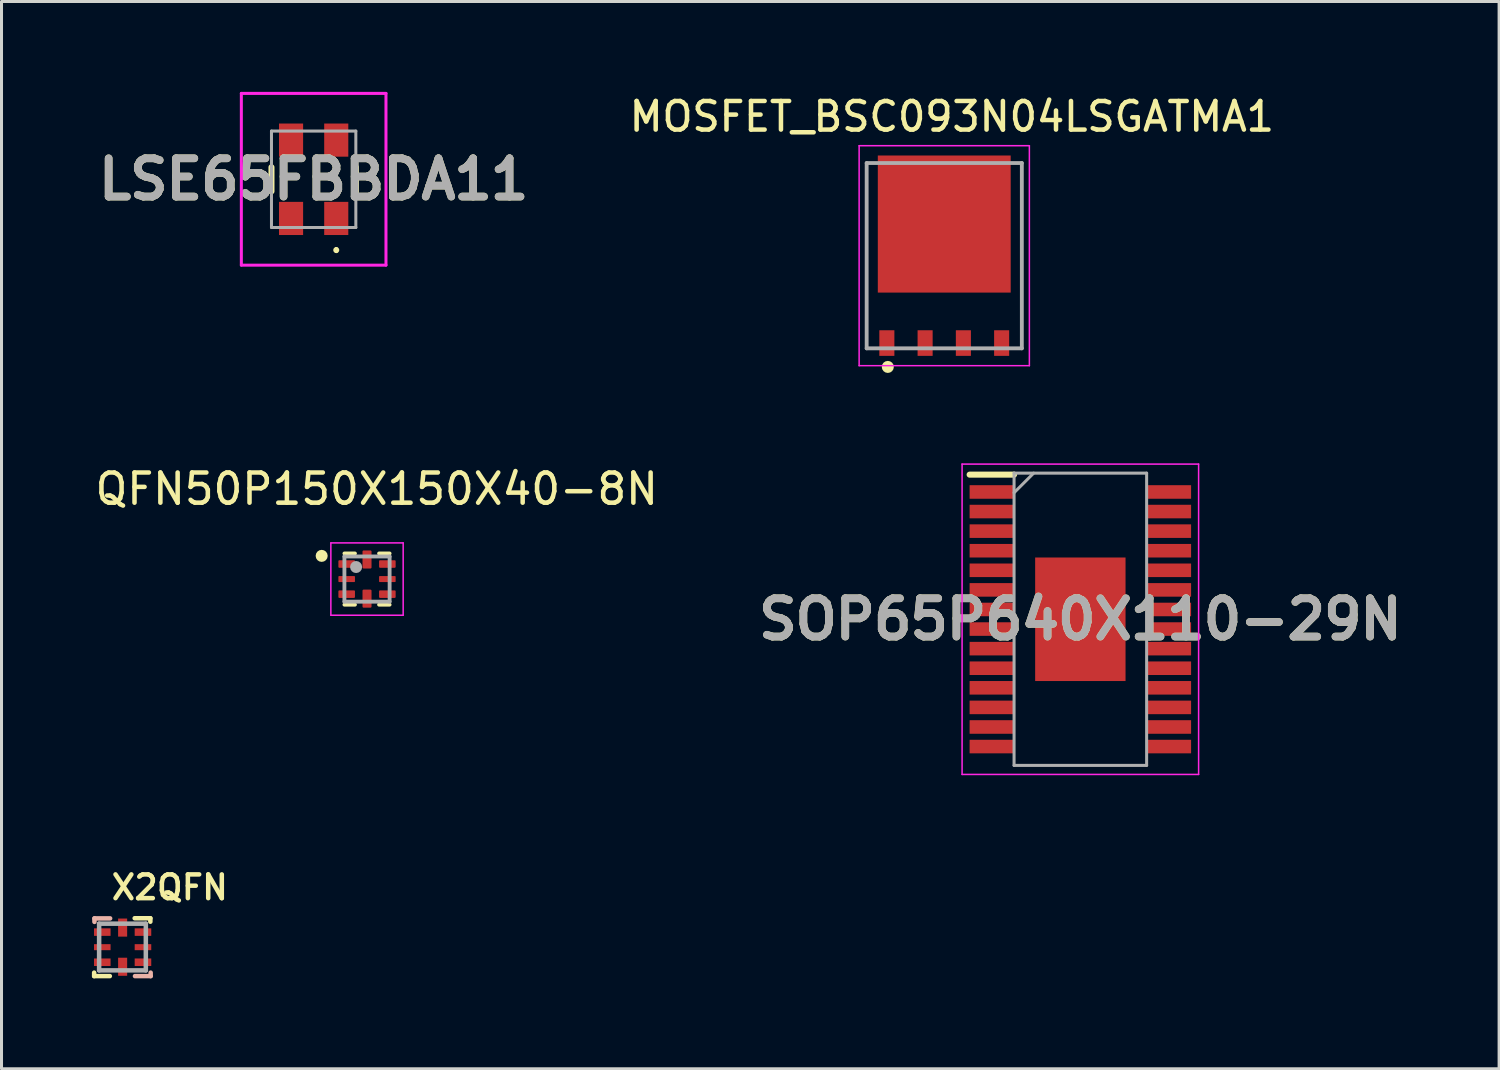
<source format=kicad_pcb>
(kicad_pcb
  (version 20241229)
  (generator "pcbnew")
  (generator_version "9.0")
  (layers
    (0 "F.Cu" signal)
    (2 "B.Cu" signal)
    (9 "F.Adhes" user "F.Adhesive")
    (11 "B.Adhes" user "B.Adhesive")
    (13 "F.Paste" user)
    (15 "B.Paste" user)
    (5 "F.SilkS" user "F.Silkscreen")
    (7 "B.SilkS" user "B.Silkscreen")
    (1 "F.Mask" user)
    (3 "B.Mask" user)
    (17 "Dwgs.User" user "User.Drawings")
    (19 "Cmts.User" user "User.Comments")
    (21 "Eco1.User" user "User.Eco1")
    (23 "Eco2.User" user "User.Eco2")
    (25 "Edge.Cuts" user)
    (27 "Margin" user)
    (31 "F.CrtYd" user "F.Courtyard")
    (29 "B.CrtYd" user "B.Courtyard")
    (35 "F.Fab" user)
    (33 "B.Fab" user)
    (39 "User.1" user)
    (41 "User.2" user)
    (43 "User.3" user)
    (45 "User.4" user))
  (footprint "QFN50P150X150X40-8N"
    (layer "F.Cu")
    (at 9.131 16.169)
    (property "Reference" "QFN50P150X150X40-8N" (at 0.323 -2.991 0) (layer "F.SilkS") (effects (font (size 1.002 1.002) (thickness 0.15))))
    (attr smd)
    (fp_line (start -0.75 -0.85) (end -0.4 -0.85) (stroke (width 0.127) (type solid)) (layer "F.SilkS"))
    (fp_line (start -0.75 0.85) (end -0.4 0.85) (stroke (width 0.127) (type solid)) (layer "F.SilkS"))
    (fp_line (start 0.75 -0.85) (end 0.4 -0.85) (stroke (width 0.127) (type solid)) (layer "F.SilkS"))
    (fp_line (start 0.75 0.85) (end 0.4 0.85) (stroke (width 0.127) (type solid)) (layer "F.SilkS"))
    (fp_circle (center -1.505 -0.77) (end -1.405 -0.77) (stroke (width 0.2) (type solid)) (fill no) (layer "F.SilkS"))
    (fp_line (start -1.2 -1.2) (end 1.2 -1.2) (stroke (width 0.05) (type solid)) (layer "F.CrtYd"))
    (fp_line (start -1.2 1.2) (end -1.2 -1.2) (stroke (width 0.05) (type solid)) (layer "F.CrtYd"))
    (fp_line (start -1.2 1.2) (end 1.2 1.2) (stroke (width 0.05) (type solid)) (layer "F.CrtYd"))
    (fp_line (start 1.2 1.2) (end 1.2 -1.2) (stroke (width 0.05) (type solid)) (layer "F.CrtYd"))
    (fp_line (start -0.75 0.75) (end -0.75 -0.75) (stroke (width 0.127) (type solid)) (layer "F.Fab"))
    (fp_line (start 0.75 -0.75) (end -0.75 -0.75) (stroke (width 0.127) (type solid)) (layer "F.Fab"))
    (fp_line (start 0.75 0.75) (end -0.75 0.75) (stroke (width 0.127) (type solid)) (layer "F.Fab"))
    (fp_line (start 0.75 0.75) (end 0.75 -0.75) (stroke (width 0.127) (type solid)) (layer "F.Fab"))
    (fp_circle (center -0.362 -0.4) (end -0.262 -0.4) (stroke (width 0.2) (type solid)) (fill no) (layer "F.Fab"))
    (pad "1" smd roundrect (at -0.675 -0.5) (size 0.55 0.25) (layers "F.Cu" "F.Mask" "F.Paste") (roundrect_rratio 0.125))
    (pad "2" smd roundrect (at -0.675 0) (size 0.55 0.2) (layers "F.Cu" "F.Mask" "F.Paste") (roundrect_rratio 0.125))
    (pad "3" smd roundrect (at -0.675 0.5) (size 0.55 0.25) (layers "F.Cu" "F.Mask" "F.Paste") (roundrect_rratio 0.125))
    (pad "4" smd roundrect (at 0 0.65) (size 0.3 0.6) (layers "F.Cu" "F.Mask" "F.Paste") (roundrect_rratio 0.125))
    (pad "5" smd roundrect (at 0.675 0.5) (size 0.55 0.25) (layers "F.Cu" "F.Mask" "F.Paste") (roundrect_rratio 0.125))
    (pad "6" smd roundrect (at 0.675 0) (size 0.55 0.2) (layers "F.Cu" "F.Mask" "F.Paste") (roundrect_rratio 0.125))
    (pad "7" smd roundrect (at 0.675 -0.5) (size 0.55 0.25) (layers "F.Cu" "F.Mask" "F.Paste") (roundrect_rratio 0.125))
    (pad "8" smd roundrect (at 0 -0.65) (size 0.3 0.6) (layers "F.Cu" "F.Mask" "F.Paste") (roundrect_rratio 0.125)))
  (footprint "SOP65P640X110-29N"
    (layer "F.Cu")
    (at 32.806 17.503)
    (property "Reference" "SOP65P640X110-29N" (at 0 0 0) (layer "F.SilkS") (effects (font (size 1.27 1.27) (thickness 0.254))))
    (attr smd)
    (fp_line (start -3.675 -4.8) (end -2.2 -4.8) (stroke (width 0.2) (type solid)) (layer "F.SilkS"))
    (fp_line (start -3.925 -5.15) (end 3.925 -5.15) (stroke (width 0.05) (type solid)) (layer "F.CrtYd"))
    (fp_line (start -3.925 5.15) (end -3.925 -5.15) (stroke (width 0.05) (type solid)) (layer "F.CrtYd"))
    (fp_line (start 3.925 -5.15) (end 3.925 5.15) (stroke (width 0.05) (type solid)) (layer "F.CrtYd"))
    (fp_line (start 3.925 5.15) (end -3.925 5.15) (stroke (width 0.05) (type solid)) (layer "F.CrtYd"))
    (fp_line (start -2.2 -4.85) (end 2.2 -4.85) (stroke (width 0.1) (type solid)) (layer "F.Fab"))
    (fp_line (start -2.2 -4.2) (end -1.55 -4.85) (stroke (width 0.1) (type solid)) (layer "F.Fab"))
    (fp_line (start -2.2 4.85) (end -2.2 -4.85) (stroke (width 0.1) (type solid)) (layer "F.Fab"))
    (fp_line (start 2.2 -4.85) (end 2.2 4.85) (stroke (width 0.1) (type solid)) (layer "F.Fab"))
    (fp_line (start 2.2 4.85) (end -2.2 4.85) (stroke (width 0.1) (type solid)) (layer "F.Fab"))
    (fp_text user "${REFERENCE}" (at 0 0 0) (layer "F.Fab") (effects (font (size 1.27 1.27) (thickness 0.254))))
    (pad "1" smd rect (at -2.938 -4.225 90) (size 0.45 1.475) (layers "F.Cu" "F.Mask" "F.Paste"))
    (pad "2" smd rect (at -2.938 -3.575 90) (size 0.45 1.475) (layers "F.Cu" "F.Mask" "F.Paste"))
    (pad "3" smd rect (at -2.938 -2.925 90) (size 0.45 1.475) (layers "F.Cu" "F.Mask" "F.Paste"))
    (pad "4" smd rect (at -2.938 -2.275 90) (size 0.45 1.475) (layers "F.Cu" "F.Mask" "F.Paste"))
    (pad "5" smd rect (at -2.938 -1.625 90) (size 0.45 1.475) (layers "F.Cu" "F.Mask" "F.Paste"))
    (pad "6" smd rect (at -2.938 -0.975 90) (size 0.45 1.475) (layers "F.Cu" "F.Mask" "F.Paste"))
    (pad "7" smd rect (at -2.938 -0.325 90) (size 0.45 1.475) (layers "F.Cu" "F.Mask" "F.Paste"))
    (pad "8" smd rect (at -2.938 0.325 90) (size 0.45 1.475) (layers "F.Cu" "F.Mask" "F.Paste"))
    (pad "9" smd rect (at -2.938 0.975 90) (size 0.45 1.475) (layers "F.Cu" "F.Mask" "F.Paste"))
    (pad "10" smd rect (at -2.938 1.625 90) (size 0.45 1.475) (layers "F.Cu" "F.Mask" "F.Paste"))
    (pad "11" smd rect (at -2.938 2.275 90) (size 0.45 1.475) (layers "F.Cu" "F.Mask" "F.Paste"))
    (pad "12" smd rect (at -2.938 2.925 90) (size 0.45 1.475) (layers "F.Cu" "F.Mask" "F.Paste"))
    (pad "13" smd rect (at -2.938 3.575 90) (size 0.45 1.475) (layers "F.Cu" "F.Mask" "F.Paste"))
    (pad "14" smd rect (at -2.938 4.225 90) (size 0.45 1.475) (layers "F.Cu" "F.Mask" "F.Paste"))
    (pad "15" smd rect (at 2.938 4.225 90) (size 0.45 1.475) (layers "F.Cu" "F.Mask" "F.Paste"))
    (pad "16" smd rect (at 2.938 3.575 90) (size 0.45 1.475) (layers "F.Cu" "F.Mask" "F.Paste"))
    (pad "17" smd rect (at 2.938 2.925 90) (size 0.45 1.475) (layers "F.Cu" "F.Mask" "F.Paste"))
    (pad "18" smd rect (at 2.938 2.275 90) (size 0.45 1.475) (layers "F.Cu" "F.Mask" "F.Paste"))
    (pad "19" smd rect (at 2.938 1.625 90) (size 0.45 1.475) (layers "F.Cu" "F.Mask" "F.Paste"))
    (pad "20" smd rect (at 2.938 0.975 90) (size 0.45 1.475) (layers "F.Cu" "F.Mask" "F.Paste"))
    (pad "21" smd rect (at 2.938 0.325 90) (size 0.45 1.475) (layers "F.Cu" "F.Mask" "F.Paste"))
    (pad "22" smd rect (at 2.938 -0.325 90) (size 0.45 1.475) (layers "F.Cu" "F.Mask" "F.Paste"))
    (pad "23" smd rect (at 2.938 -0.975 90) (size 0.45 1.475) (layers "F.Cu" "F.Mask" "F.Paste"))
    (pad "24" smd rect (at 2.938 -1.625 90) (size 0.45 1.475) (layers "F.Cu" "F.Mask" "F.Paste"))
    (pad "25" smd rect (at 2.938 -2.275 90) (size 0.45 1.475) (layers "F.Cu" "F.Mask" "F.Paste"))
    (pad "26" smd rect (at 2.938 -2.925 90) (size 0.45 1.475) (layers "F.Cu" "F.Mask" "F.Paste"))
    (pad "27" smd rect (at 2.938 -3.575 90) (size 0.45 1.475) (layers "F.Cu" "F.Mask" "F.Paste"))
    (pad "28" smd rect (at 2.938 -4.225 90) (size 0.45 1.475) (layers "F.Cu" "F.Mask" "F.Paste"))
    (pad "29" smd rect (at 0 0) (size 3 4.1) (layers "F.Cu" "F.Mask" "F.Paste")))
  (footprint "MOSFET_BSC093N04LSGATMA1"
    (layer "F.Cu")
    (at 28.289 5.436)
    (property "Reference" "MOSFET_BSC093N04LSGATMA1" (at 0.252 -4.617 0) (layer "F.SilkS") (effects (font (size 0.949 0.949) (thickness 0.15))))
    (attr smd)
    (fp_circle (center -1.873 3.692) (end -1.773 3.692) (stroke (width 0.2) (type solid)) (fill no) (layer "F.SilkS"))
    (fp_poly (pts (xy -2.158 -3.28) (xy -1.655 -3.28) (xy -1.655 -2.534) (xy -2.158 -2.534)) (stroke (width 0.01) (type solid)) (fill yes) (layer "F.Paste"))
    (fp_poly (pts (xy -2.108 2.53) (xy -1.705 2.53) (xy -1.705 3.285) (xy -2.108 3.285)) (stroke (width 0.01) (type solid)) (fill yes) (layer "F.Paste"))
    (fp_poly (pts (xy -1.602 -2.35) (xy -0.1 -2.35) (xy -0.1 -0.851) (xy -1.602 -0.851)) (stroke (width 0.01) (type solid)) (fill yes) (layer "F.Paste"))
    (fp_poly (pts (xy -1.601 -0.65) (xy -0.1 -0.65) (xy -0.1 0.851) (xy -1.601 0.851)) (stroke (width 0.01) (type solid)) (fill yes) (layer "F.Paste"))
    (fp_poly (pts (xy -0.886 -3.28) (xy -0.385 -3.28) (xy -0.385 -2.533) (xy -0.886 -2.533)) (stroke (width 0.01) (type solid)) (fill yes) (layer "F.Paste"))
    (fp_poly (pts (xy -0.837 2.53) (xy -0.435 2.53) (xy -0.435 3.288) (xy -0.837 3.288)) (stroke (width 0.01) (type solid)) (fill yes) (layer "F.Paste"))
    (fp_poly (pts (xy 0.1 -2.35) (xy 1.6 -2.35) (xy 1.6 -0.851) (xy 0.1 -0.851)) (stroke (width 0.01) (type solid)) (fill yes) (layer "F.Paste"))
    (fp_poly (pts (xy 0.1 -0.65) (xy 1.6 -0.65) (xy 1.6 0.852) (xy 0.1 0.852)) (stroke (width 0.01) (type solid)) (fill yes) (layer "F.Paste"))
    (fp_poly (pts (xy 0.385 -3.28) (xy 0.885 -3.28) (xy 0.885 -2.533) (xy 0.385 -2.533)) (stroke (width 0.01) (type solid)) (fill yes) (layer "F.Paste"))
    (fp_poly (pts (xy 0.436 2.53) (xy 0.835 2.53) (xy 0.835 3.285) (xy 0.436 3.285)) (stroke (width 0.01) (type solid)) (fill yes) (layer "F.Paste"))
    (fp_poly (pts (xy 1.658 -3.28) (xy 2.155 -3.28) (xy 2.155 -2.534) (xy 1.658 -2.534)) (stroke (width 0.01) (type solid)) (fill yes) (layer "F.Paste"))
    (fp_poly (pts (xy 1.708 2.53) (xy 2.105 2.53) (xy 2.105 3.285) (xy 1.708 3.285)) (stroke (width 0.01) (type solid)) (fill yes) (layer "F.Paste"))
    (fp_line (start -2.825 -3.65) (end 2.825 -3.65) (stroke (width 0.05) (type solid)) (layer "F.CrtYd"))
    (fp_line (start -2.825 3.65) (end -2.825 -3.65) (stroke (width 0.05) (type solid)) (layer "F.CrtYd"))
    (fp_line (start 2.825 -3.65) (end 2.825 3.65) (stroke (width 0.05) (type solid)) (layer "F.CrtYd"))
    (fp_line (start 2.825 3.65) (end -2.825 3.65) (stroke (width 0.05) (type solid)) (layer "F.CrtYd"))
    (fp_line (start -2.575 -3.075) (end 2.575 -3.075) (stroke (width 0.127) (type solid)) (layer "F.Fab"))
    (fp_line (start -2.575 3.075) (end -2.575 -3.075) (stroke (width 0.127) (type solid)) (layer "F.Fab"))
    (fp_line (start 2.575 -3.075) (end 2.575 3.075) (stroke (width 0.127) (type solid)) (layer "F.Fab"))
    (fp_line (start 2.575 3.075) (end -2.575 3.075) (stroke (width 0.127) (type solid)) (layer "F.Fab"))
    (pad "1" smd rect (at -1.905 2.9) (size 0.5 0.85) (layers "F.Cu" "F.Mask"))
    (pad "2" smd rect (at -0.635 2.9) (size 0.5 0.85) (layers "F.Cu" "F.Mask"))
    (pad "3" smd rect (at 0.635 2.9) (size 0.5 0.85) (layers "F.Cu" "F.Mask"))
    (pad "4" smd rect (at 1.905 2.9) (size 0.5 0.85) (layers "F.Cu" "F.Mask"))
    (pad "5" smd rect (at 0 -1.05) (size 4.41 4.55) (layers "F.Cu" "F.Mask")))
  (footprint "X2QFN"
    (layer "F.Cu")
    (at 1.02 28.386)
    (property "Reference" "X2QFN" (at 1.565 -1.984 0) (layer "F.SilkS") (effects (font (size 0.788 0.788) (thickness 0.15))))
    (attr smd)
    (fp_line (start -0.945 0.845) (end -0.945 0.96) (stroke (width 0.15) (type solid)) (layer "F.SilkS"))
    (fp_line (start -0.945 0.96) (end -0.425 0.96) (stroke (width 0.15) (type solid)) (layer "F.SilkS"))
    (fp_line (start 0.92 -0.96) (end 0.4 -0.96) (stroke (width 0.15) (type solid)) (layer "F.SilkS"))
    (fp_line (start 0.92 -0.845) (end 0.92 -0.96) (stroke (width 0.15) (type solid)) (layer "F.SilkS"))
    (fp_line (start -0.935 -0.955) (end -0.415 -0.955) (stroke (width 0.15) (type solid)) (layer "B.SilkS"))
    (fp_line (start -0.935 -0.84) (end -0.935 -0.955) (stroke (width 0.15) (type solid)) (layer "B.SilkS"))
    (fp_line (start 0.93 0.845) (end 0.93 0.96) (stroke (width 0.15) (type solid)) (layer "B.SilkS"))
    (fp_line (start 0.93 0.96) (end 0.41 0.96) (stroke (width 0.15) (type solid)) (layer "B.SilkS"))
    (fp_line (start -0.78 -0.78) (end -0.78 0.77) (stroke (width 0.15) (type solid)) (layer "F.Fab"))
    (fp_line (start -0.78 0.77) (end 0.77 0.77) (stroke (width 0.15) (type solid)) (layer "F.Fab"))
    (fp_line (start 0.77 -0.78) (end -0.78 -0.78) (stroke (width 0.15) (type solid)) (layer "F.Fab"))
    (fp_line (start 0.77 0.77) (end 0.77 -0.78) (stroke (width 0.15) (type solid)) (layer "F.Fab"))
    (pad "P$1" smd rect (at -0.675 -0.5) (size 0.55 0.25) (layers "F.Cu" "F.Mask" "F.Paste"))
    (pad "P$2" smd rect (at -0.675 0) (size 0.55 0.2) (layers "F.Cu" "F.Mask" "F.Paste"))
    (pad "P$3" smd rect (at -0.675 0.5) (size 0.55 0.25) (layers "F.Cu" "F.Mask" "F.Paste"))
    (pad "P$4" smd rect (at 0 0.65) (size 0.3 0.6) (layers "F.Cu" "F.Mask" "F.Paste"))
    (pad "P$5" smd rect (at 0.675 0.5) (size 0.55 0.25) (layers "F.Cu" "F.Mask" "F.Paste"))
    (pad "P$6" smd rect (at 0.675 0) (size 0.55 0.2) (layers "F.Cu" "F.Mask" "F.Paste"))
    (pad "P$7" smd rect (at 0.675 -0.5) (size 0.55 0.25) (layers "F.Cu" "F.Mask" "F.Paste"))
    (pad "P$8" smd rect (at 0 -0.65) (size 0.3 0.6) (layers "F.Cu" "F.Mask" "F.Paste")))
  (footprint "LSE65FBBDA11"
    (layer "F.Cu")
    (at 7.36 2.9)
    (property "Reference" "LSE65FBBDA11" (at 0 0 0) (layer "F.SilkS") (effects (font (size 1.27 1.27) (thickness 0.254))))
    (attr smd)
    (fp_line (start -1.4 -0.4) (end -1.4 0.4) (stroke (width 0.2) (type solid)) (layer "F.SilkS"))
    (fp_line (start 0.75 2.3) (end 0.75 2.3) (stroke (width 0.1) (type solid)) (layer "F.SilkS"))
    (fp_line (start 0.75 2.4) (end 0.75 2.4) (stroke (width 0.1) (type solid)) (layer "F.SilkS"))
    (fp_line (start 1.4 -0.4) (end 1.4 0.4) (stroke (width 0.2) (type solid)) (layer "F.SilkS"))
    (fp_arc (start 0.75 2.3) (mid 0.8 2.35) (end 0.75 2.4) (stroke (width 0.1) (type solid)) (layer "F.SilkS"))
    (fp_arc (start 0.75 2.4) (mid 0.7 2.35) (end 0.75 2.3) (stroke (width 0.1) (type solid)) (layer "F.SilkS"))
    (fp_line (start -2.4 -2.85) (end -2.4 2.85) (stroke (width 0.1) (type solid)) (layer "F.CrtYd"))
    (fp_line (start -2.4 2.85) (end 2.4 2.85) (stroke (width 0.1) (type solid)) (layer "F.CrtYd"))
    (fp_line (start 2.4 -2.85) (end -2.4 -2.85) (stroke (width 0.1) (type solid)) (layer "F.CrtYd"))
    (fp_line (start 2.4 2.85) (end 2.4 -2.85) (stroke (width 0.1) (type solid)) (layer "F.CrtYd"))
    (fp_line (start -1.4 -1.6) (end -1.4 1.6) (stroke (width 0.1) (type solid)) (layer "F.Fab"))
    (fp_line (start -1.4 1.6) (end 1.4 1.6) (stroke (width 0.1) (type solid)) (layer "F.Fab"))
    (fp_line (start 1.4 -1.6) (end -1.4 -1.6) (stroke (width 0.1) (type solid)) (layer "F.Fab"))
    (fp_line (start 1.4 1.6) (end 1.4 -1.6) (stroke (width 0.1) (type solid)) (layer "F.Fab"))
    (fp_text user "${REFERENCE}" (at 0 0 0) (layer "F.Fab") (effects (font (size 1.27 1.27) (thickness 0.254))))
    (pad "1" smd rect (at 0.75 1.3) (size 0.8 1.1) (layers "F.Cu" "F.Mask" "F.Paste"))
    (pad "2" smd rect (at 0.75 -1.3) (size 0.8 1.1) (layers "F.Cu" "F.Mask" "F.Paste"))
    (pad "3" smd rect (at -0.75 1.3) (size 0.8 1.1) (layers "F.Cu" "F.Mask" "F.Paste"))
    (pad "4" smd rect (at -0.75 -1.3) (size 0.8 1.1) (layers "F.Cu" "F.Mask" "F.Paste")))
  (gr_rect
    (start -3 -3)
    (end 46.704 32.421)
    (stroke (width 0.1) (type default))
    (fill no)
    (layer "Edge.Cuts")))
</source>
